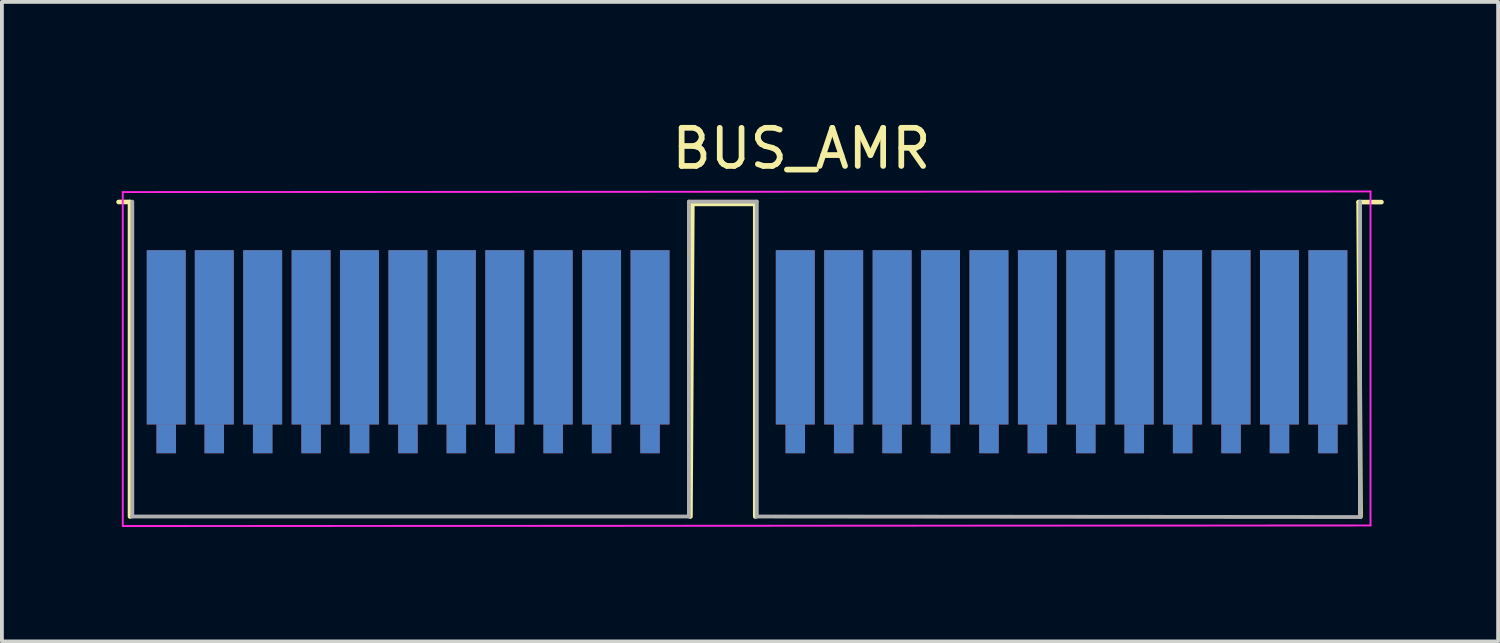
<source format=kicad_pcb>
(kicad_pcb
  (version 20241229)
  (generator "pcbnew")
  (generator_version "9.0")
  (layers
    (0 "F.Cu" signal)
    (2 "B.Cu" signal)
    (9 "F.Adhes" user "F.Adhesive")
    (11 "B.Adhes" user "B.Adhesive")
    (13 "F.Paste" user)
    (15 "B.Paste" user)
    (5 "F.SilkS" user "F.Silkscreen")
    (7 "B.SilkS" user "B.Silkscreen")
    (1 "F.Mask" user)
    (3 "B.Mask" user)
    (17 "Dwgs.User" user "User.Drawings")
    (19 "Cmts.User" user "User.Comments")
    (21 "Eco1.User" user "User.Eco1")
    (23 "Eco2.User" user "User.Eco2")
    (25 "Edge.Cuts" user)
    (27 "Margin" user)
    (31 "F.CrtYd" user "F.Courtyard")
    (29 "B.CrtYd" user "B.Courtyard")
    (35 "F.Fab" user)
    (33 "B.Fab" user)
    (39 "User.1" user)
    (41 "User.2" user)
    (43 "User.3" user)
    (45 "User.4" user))
  (footprint "BUS_AMR"
    (layer "F.Cu")
    (at 15.504 6.628)
    (property "Reference" "BUS_AMR" (at 2.468 -5.78 0) (layer "F.SilkS") (effects (font (size 1 1) (thickness 0.15))))
    (attr exclude_from_pos_files exclude_from_bom)
    (fp_line (start -15.144 -4.38) (end -15.444 -4.38) (stroke (width 0.12) (type solid)) (layer "F.SilkS"))
    (fp_line (start -15.144 3.87) (end -15.144 -4.38) (stroke (width 0.12) (type solid)) (layer "F.SilkS"))
    (fp_line (start -0.394 -4.33) (end -0.444 3.87) (stroke (width 0.12) (type solid)) (layer "F.SilkS"))
    (fp_line (start 1.256 -4.33) (end -0.394 -4.33) (stroke (width 0.12) (type solid)) (layer "F.SilkS"))
    (fp_line (start 1.256 3.87) (end 1.256 -4.33) (stroke (width 0.12) (type solid)) (layer "F.SilkS"))
    (fp_line (start 17.082 -4.377) (end 17.132 3.873) (stroke (width 0.12) (type solid)) (layer "F.SilkS"))
    (fp_line (start 17.682 -4.377) (end 17.082 -4.377) (stroke (width 0.12) (type solid)) (layer "F.SilkS"))
    (fp_line (start -15.334 4.12) (end -15.334 -4.64) (stroke (width 0.05) (type solid)) (layer "F.CrtYd"))
    (fp_line (start -15.334 4.12) (end 17.394 4.105) (stroke (width 0.05) (type solid)) (layer "F.CrtYd"))
    (fp_line (start 17.394 -4.656) (end -15.334 -4.64) (stroke (width 0.05) (type solid)) (layer "F.CrtYd"))
    (fp_line (start 17.394 -4.655) (end 17.394 4.105) (stroke (width 0.05) (type solid)) (layer "F.CrtYd"))
    (fp_line (start -15.084 3.87) (end -15.084 -4.39) (stroke (width 0.1) (type solid)) (layer "F.Fab"))
    (fp_line (start -0.484 -4.39) (end -0.484 3.87) (stroke (width 0.1) (type solid)) (layer "F.Fab"))
    (fp_line (start -0.484 3.87) (end -15.084 3.87) (stroke (width 0.1) (type solid)) (layer "F.Fab"))
    (fp_line (start 1.296 -4.39) (end -0.484 -4.39) (stroke (width 0.1) (type solid)) (layer "F.Fab"))
    (fp_line (start 1.296 3.87) (end 1.296 -4.39) (stroke (width 0.1) (type solid)) (layer "F.Fab"))
    (fp_line (start 17.12 -4.389) (end 17.12 3.884) (stroke (width 0.1) (type solid)) (layer "F.Fab"))
    (fp_line (start 17.12 3.884) (end 1.296 3.87) (stroke (width 0.1) (type solid)) (layer "F.Fab"))
    (pad "A1" connect rect (at -14.194 -0.83) (size 1.02 4.57) (layers "B.Cu" "B.Mask"))
    (pad "A1" connect rect (at -14.194 1.83) (size 0.51 0.76) (layers "B.Cu" "B.Mask"))
    (pad "A2" connect rect (at -12.934 -0.83) (size 1.02 4.57) (layers "B.Cu" "B.Mask"))
    (pad "A2" connect rect (at -12.934 1.83) (size 0.51 0.76) (layers "B.Cu" "B.Mask"))
    (pad "A3" connect rect (at -11.664 -0.83) (size 1.02 4.57) (layers "B.Cu" "B.Mask"))
    (pad "A3" connect rect (at -11.664 1.83) (size 0.51 0.76) (layers "B.Cu" "B.Mask"))
    (pad "A4" connect rect (at -10.394 -0.83) (size 1.02 4.57) (layers "B.Cu" "B.Mask"))
    (pad "A4" connect rect (at -10.394 1.83) (size 0.51 0.76) (layers "B.Cu" "B.Mask"))
    (pad "A5" connect rect (at -9.124 -0.83) (size 1.02 4.57) (layers "B.Cu" "B.Mask"))
    (pad "A5" connect rect (at -9.124 1.83) (size 0.51 0.76) (layers "B.Cu" "B.Mask"))
    (pad "A6" connect rect (at -7.854 -0.83) (size 1.02 4.57) (layers "B.Cu" "B.Mask"))
    (pad "A6" connect rect (at -7.854 1.83) (size 0.51 0.76) (layers "B.Cu" "B.Mask"))
    (pad "A7" connect rect (at -6.584 -0.83) (size 1.02 4.57) (layers "B.Cu" "B.Mask"))
    (pad "A7" connect rect (at -6.584 1.83) (size 0.51 0.76) (layers "B.Cu" "B.Mask"))
    (pad "A8" connect rect (at -5.314 -0.83) (size 1.02 4.57) (layers "B.Cu" "B.Mask"))
    (pad "A8" connect rect (at -5.314 1.83) (size 0.51 0.76) (layers "B.Cu" "B.Mask"))
    (pad "A9" connect rect (at -4.044 -0.83) (size 1.02 4.57) (layers "B.Cu" "B.Mask"))
    (pad "A9" connect rect (at -4.044 1.83) (size 0.51 0.76) (layers "B.Cu" "B.Mask"))
    (pad "A10" connect rect (at -2.774 -0.83) (size 1.02 4.57) (layers "B.Cu" "B.Mask"))
    (pad "A10" connect rect (at -2.774 1.83) (size 0.51 0.76) (layers "B.Cu" "B.Mask"))
    (pad "A11" connect rect (at -1.504 -0.83) (size 1.02 4.57) (layers "B.Cu" "B.Mask"))
    (pad "A11" connect rect (at -1.504 1.83) (size 0.51 0.76) (layers "B.Cu" "B.Mask"))
    (pad "A12" connect rect (at 2.306 -0.83) (size 1.02 4.57) (layers "B.Cu" "B.Mask"))
    (pad "A12" connect rect (at 2.306 1.83) (size 0.51 0.76) (layers "B.Cu" "B.Mask"))
    (pad "A13" connect rect (at 3.576 -0.83) (size 1.02 4.57) (layers "B.Cu" "B.Mask"))
    (pad "A13" connect rect (at 3.576 1.83) (size 0.51 0.76) (layers "B.Cu" "B.Mask"))
    (pad "A14" connect rect (at 4.846 -0.83) (size 1.02 4.57) (layers "B.Cu" "B.Mask"))
    (pad "A14" connect rect (at 4.846 1.83) (size 0.51 0.76) (layers "B.Cu" "B.Mask"))
    (pad "A15" connect rect (at 6.116 -0.83) (size 1.02 4.57) (layers "B.Cu" "B.Mask"))
    (pad "A15" connect rect (at 6.116 1.83) (size 0.51 0.76) (layers "B.Cu" "B.Mask"))
    (pad "A16" connect rect (at 7.386 -0.83) (size 1.02 4.57) (layers "B.Cu" "B.Mask"))
    (pad "A16" connect rect (at 7.386 1.83) (size 0.51 0.76) (layers "B.Cu" "B.Mask"))
    (pad "A17" connect rect (at 8.656 -0.83) (size 1.02 4.57) (layers "B.Cu" "B.Mask"))
    (pad "A17" connect rect (at 8.656 1.83) (size 0.51 0.76) (layers "B.Cu" "B.Mask"))
    (pad "A18" connect rect (at 9.926 -0.83) (size 1.02 4.57) (layers "B.Cu" "B.Mask"))
    (pad "A18" connect rect (at 9.926 1.83) (size 0.51 0.76) (layers "B.Cu" "B.Mask"))
    (pad "A19" connect rect (at 11.196 -0.83) (size 1.02 4.57) (layers "B.Cu" "B.Mask"))
    (pad "A19" connect rect (at 11.196 1.83) (size 0.51 0.76) (layers "B.Cu" "B.Mask"))
    (pad "A20" connect rect (at 12.466 -0.83) (size 1.02 4.57) (layers "B.Cu" "B.Mask"))
    (pad "A20" connect rect (at 12.466 1.83) (size 0.51 0.76) (layers "B.Cu" "B.Mask"))
    (pad "A21" connect rect (at 13.736 -0.83) (size 1.02 4.57) (layers "B.Cu" "B.Mask"))
    (pad "A21" connect rect (at 13.736 1.83) (size 0.51 0.76) (layers "B.Cu" "B.Mask"))
    (pad "A22" connect rect (at 15.006 -0.83) (size 1.02 4.57) (layers "B.Cu" "B.Mask"))
    (pad "A22" connect rect (at 15.006 1.83) (size 0.51 0.76) (layers "B.Cu" "B.Mask"))
    (pad "A23" connect rect (at 16.276 -0.83) (size 1.02 4.57) (layers "B.Cu" "B.Mask"))
    (pad "A23" connect rect (at 16.276 1.83) (size 0.51 0.76) (layers "B.Cu" "B.Mask"))
    (pad "B1" connect rect (at -14.194 -0.83) (size 1.02 4.57) (layers "F.Cu" "F.Mask"))
    (pad "B1" connect rect (at -14.194 1.83) (size 0.51 0.76) (layers "F.Cu" "F.Mask"))
    (pad "B2" connect rect (at -12.934 -0.83) (size 1.02 4.57) (layers "F.Cu" "F.Mask"))
    (pad "B2" connect rect (at -12.934 1.83) (size 0.51 0.76) (layers "F.Cu" "F.Mask"))
    (pad "B3" connect rect (at -11.664 -0.83) (size 1.02 4.57) (layers "F.Cu" "F.Mask"))
    (pad "B3" connect rect (at -11.664 1.83) (size 0.51 0.76) (layers "F.Cu" "F.Mask"))
    (pad "B4" connect rect (at -10.394 -0.83) (size 1.02 4.57) (layers "F.Cu" "F.Mask"))
    (pad "B4" connect rect (at -10.394 1.83) (size 0.51 0.76) (layers "F.Cu" "F.Mask"))
    (pad "B5" connect rect (at -9.124 -0.83) (size 1.02 4.57) (layers "F.Cu" "F.Mask"))
    (pad "B5" connect rect (at -9.124 1.83) (size 0.51 0.76) (layers "F.Cu" "F.Mask"))
    (pad "B6" connect rect (at -7.854 -0.83) (size 1.02 4.57) (layers "F.Cu" "F.Mask"))
    (pad "B6" connect rect (at -7.854 1.83) (size 0.51 0.76) (layers "F.Cu" "F.Mask"))
    (pad "B7" connect rect (at -6.584 -0.83) (size 1.02 4.57) (layers "F.Cu" "F.Mask"))
    (pad "B7" connect rect (at -6.584 1.83) (size 0.51 0.76) (layers "F.Cu" "F.Mask"))
    (pad "B8" connect rect (at -5.314 -0.83) (size 1.02 4.57) (layers "F.Cu" "F.Mask"))
    (pad "B8" connect rect (at -5.314 1.83) (size 0.51 0.76) (layers "F.Cu" "F.Mask"))
    (pad "B9" connect rect (at -4.044 -0.83) (size 1.02 4.57) (layers "F.Cu" "F.Mask"))
    (pad "B9" connect rect (at -4.044 1.83) (size 0.51 0.76) (layers "F.Cu" "F.Mask"))
    (pad "B10" connect rect (at -2.774 -0.83) (size 1.02 4.57) (layers "F.Cu" "F.Mask"))
    (pad "B10" connect rect (at -2.774 1.83) (size 0.51 0.76) (layers "F.Cu" "F.Mask"))
    (pad "B11" connect rect (at -1.504 -0.83) (size 1.02 4.57) (layers "F.Cu" "F.Mask"))
    (pad "B11" connect rect (at -1.504 1.83) (size 0.51 0.76) (layers "F.Cu" "F.Mask"))
    (pad "B12" connect rect (at 2.306 -0.83) (size 1.02 4.57) (layers "F.Cu" "F.Mask"))
    (pad "B12" connect rect (at 2.306 1.83) (size 0.51 0.76) (layers "F.Cu" "F.Mask"))
    (pad "B13" connect rect (at 3.576 -0.83) (size 1.02 4.57) (layers "F.Cu" "F.Mask"))
    (pad "B13" connect rect (at 3.576 1.83) (size 0.51 0.76) (layers "F.Cu" "F.Mask"))
    (pad "B14" connect rect (at 4.846 -0.83) (size 1.02 4.57) (layers "F.Cu" "F.Mask"))
    (pad "B14" connect rect (at 4.846 1.83) (size 0.51 0.76) (layers "F.Cu" "F.Mask"))
    (pad "B15" connect rect (at 6.116 -0.83) (size 1.02 4.57) (layers "F.Cu" "F.Mask"))
    (pad "B15" connect rect (at 6.116 1.83) (size 0.51 0.76) (layers "F.Cu" "F.Mask"))
    (pad "B16" connect rect (at 7.386 -0.83) (size 1.02 4.57) (layers "F.Cu" "F.Mask"))
    (pad "B16" connect rect (at 7.386 1.83) (size 0.51 0.76) (layers "F.Cu" "F.Mask"))
    (pad "B17" connect rect (at 8.656 -0.83) (size 1.02 4.57) (layers "F.Cu" "F.Mask"))
    (pad "B17" connect rect (at 8.656 1.83) (size 0.51 0.76) (layers "F.Cu" "F.Mask"))
    (pad "B18" connect rect (at 9.926 -0.83) (size 1.02 4.57) (layers "F.Cu" "F.Mask"))
    (pad "B18" connect rect (at 9.926 1.83) (size 0.51 0.76) (layers "F.Cu" "F.Mask"))
    (pad "B19" connect rect (at 11.196 -0.83) (size 1.02 4.57) (layers "F.Cu" "F.Mask"))
    (pad "B19" connect rect (at 11.196 1.83) (size 0.51 0.76) (layers "F.Cu" "F.Mask"))
    (pad "B20" connect rect (at 12.466 -0.83) (size 1.02 4.57) (layers "F.Cu" "F.Mask"))
    (pad "B20" connect rect (at 12.466 1.83) (size 0.51 0.76) (layers "F.Cu" "F.Mask"))
    (pad "B21" connect rect (at 13.736 -0.83) (size 1.02 4.57) (layers "F.Cu" "F.Mask"))
    (pad "B21" connect rect (at 13.736 1.83) (size 0.51 0.76) (layers "F.Cu" "F.Mask"))
    (pad "B22" connect rect (at 15.006 -0.83) (size 1.02 4.57) (layers "F.Cu" "F.Mask"))
    (pad "B22" connect rect (at 15.006 1.83) (size 0.51 0.76) (layers "F.Cu" "F.Mask"))
    (pad "B23" connect rect (at 16.276 -0.83) (size 1.02 4.57) (layers "F.Cu" "F.Mask"))
    (pad "B23" connect rect (at 16.276 1.83) (size 0.51 0.76) (layers "F.Cu" "F.Mask")))
  (gr_rect
    (start -3 -3)
    (end 36.245 13.774)
    (stroke (width 0.1) (type default))
    (fill no)
    (layer "Edge.Cuts")))
</source>
